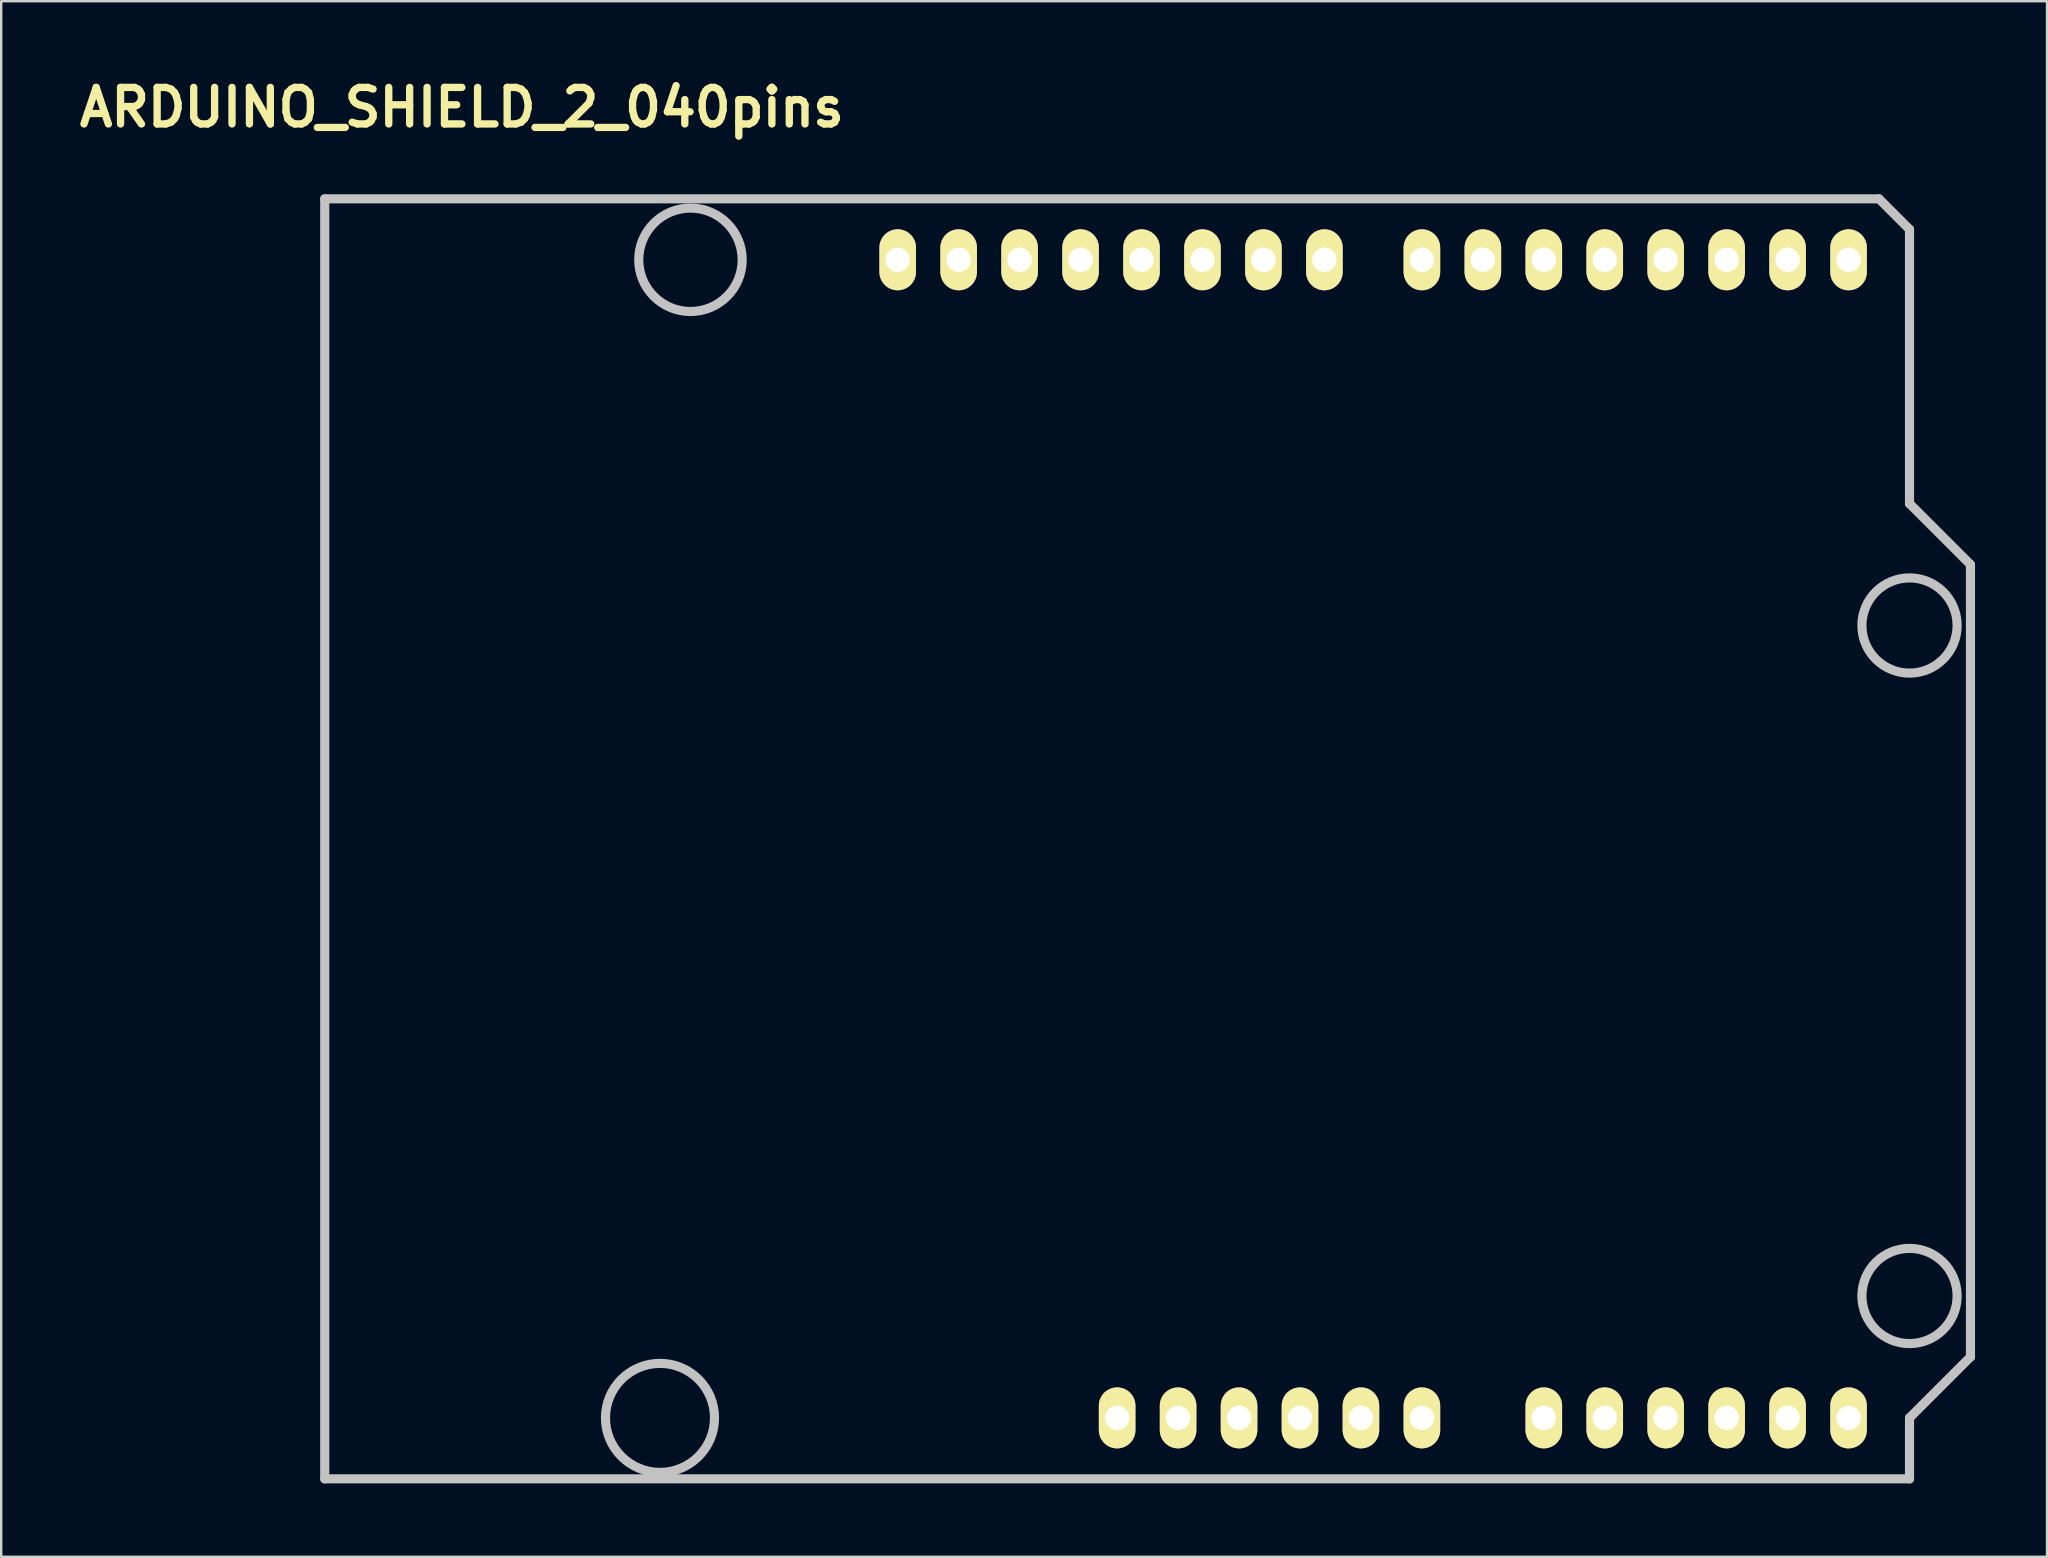
<source format=kicad_pcb>
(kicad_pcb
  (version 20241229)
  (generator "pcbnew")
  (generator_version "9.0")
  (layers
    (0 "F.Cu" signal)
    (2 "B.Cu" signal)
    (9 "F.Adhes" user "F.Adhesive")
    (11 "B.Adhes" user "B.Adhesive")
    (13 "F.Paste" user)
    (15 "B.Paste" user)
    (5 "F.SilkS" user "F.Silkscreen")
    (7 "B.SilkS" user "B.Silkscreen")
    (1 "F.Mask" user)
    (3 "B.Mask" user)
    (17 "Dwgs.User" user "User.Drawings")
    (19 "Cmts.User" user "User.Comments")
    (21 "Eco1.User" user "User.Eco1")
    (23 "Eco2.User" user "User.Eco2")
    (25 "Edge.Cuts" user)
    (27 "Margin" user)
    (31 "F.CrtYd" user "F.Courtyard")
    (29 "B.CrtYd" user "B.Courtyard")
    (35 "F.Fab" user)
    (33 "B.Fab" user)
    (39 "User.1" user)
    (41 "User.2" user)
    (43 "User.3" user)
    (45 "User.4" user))
  (footprint "ARDUINO_SHIELD_2_040pins"
    (layer "F.Cu")
    (at 10.483 58.576)
    (property "Reference" "ARDUINO_SHIELD_2_040pins" (at 5.715 -57.15 0) (layer "F.SilkS") (effects (font (size 1.524 1.524) (thickness 0.305))))
    (attr through_hole)
    (fp_line (start 0 0) (end 0 -53.34) (stroke (width 0.381) (type solid)) (layer "Dwgs.User"))
    (fp_line (start 64.77 -53.34) (end 0 -53.34) (stroke (width 0.381) (type solid)) (layer "Dwgs.User"))
    (fp_line (start 66.04 -52.07) (end 64.77 -53.34) (stroke (width 0.381) (type solid)) (layer "Dwgs.User"))
    (fp_line (start 66.04 -40.64) (end 66.04 -52.07) (stroke (width 0.381) (type solid)) (layer "Dwgs.User"))
    (fp_line (start 66.04 -40.64) (end 68.58 -38.1) (stroke (width 0.381) (type solid)) (layer "Dwgs.User"))
    (fp_line (start 66.04 -2.54) (end 66.04 0) (stroke (width 0.381) (type solid)) (layer "Dwgs.User"))
    (fp_line (start 66.04 0) (end 0 0) (stroke (width 0.381) (type solid)) (layer "Dwgs.User"))
    (fp_line (start 68.58 -38.1) (end 68.58 -5.08) (stroke (width 0.381) (type solid)) (layer "Dwgs.User"))
    (fp_line (start 68.58 -5.08) (end 66.04 -2.54) (stroke (width 0.381) (type solid)) (layer "Dwgs.User"))
    (fp_circle (center 13.97 -2.54) (end 16.002 -1.524) (stroke (width 0.381) (type solid)) (fill no) (layer "Dwgs.User"))
    (fp_circle (center 15.24 -50.8) (end 16.764 -49.276) (stroke (width 0.381) (type solid)) (fill no) (layer "Dwgs.User"))
    (fp_circle (center 66.04 -35.56) (end 67.31 -34.036) (stroke (width 0.381) (type solid)) (fill no) (layer "Dwgs.User"))
    (fp_circle (center 66.04 -7.62) (end 67.31 -6.096) (stroke (width 0.381) (type solid)) (fill no) (layer "Dwgs.User"))
    (pad "0" thru_hole oval (at 63.5 -50.8 90) (size 2.54 1.524) (drill 1.016) (layers "*.Cu" "*.Mask" "F.SilkS"))
    (pad "1" thru_hole oval (at 60.96 -50.8 90) (size 2.54 1.524) (drill 1.016) (layers "*.Cu" "*.Mask" "F.SilkS"))
    (pad "2" thru_hole oval (at 58.42 -50.8 90) (size 2.54 1.524) (drill 1.016) (layers "*.Cu" "*.Mask" "F.SilkS"))
    (pad "3" thru_hole oval (at 55.88 -50.8 90) (size 2.54 1.524) (drill 1.016) (layers "*.Cu" "*.Mask" "F.SilkS"))
    (pad "3V3" thru_hole oval (at 35.56 -2.54 90) (size 2.54 1.524) (drill 1.016) (layers "*.Cu" "*.Mask" "F.SilkS"))
    (pad "4" thru_hole oval (at 53.34 -50.8 90) (size 2.54 1.524) (drill 1.016) (layers "*.Cu" "*.Mask" "F.SilkS"))
    (pad "5" thru_hole oval (at 50.8 -50.8 90) (size 2.54 1.524) (drill 1.016) (layers "*.Cu" "*.Mask" "F.SilkS"))
    (pad "5V" thru_hole oval (at 38.1 -2.54 90) (size 2.54 1.524) (drill 1.016) (layers "*.Cu" "*.Mask" "F.SilkS"))
    (pad "6" thru_hole oval (at 48.26 -50.8 90) (size 2.54 1.524) (drill 1.016) (layers "*.Cu" "*.Mask" "F.SilkS"))
    (pad "7" thru_hole oval (at 45.72 -50.8 90) (size 2.54 1.524) (drill 1.016) (layers "*.Cu" "*.Mask" "F.SilkS"))
    (pad "8" thru_hole oval (at 41.656 -50.8 90) (size 2.54 1.524) (drill 1.016) (layers "*.Cu" "*.Mask" "F.SilkS"))
    (pad "9" thru_hole oval (at 39.116 -50.8 90) (size 2.54 1.524) (drill 1.016) (layers "*.Cu" "*.Mask" "F.SilkS"))
    (pad "10" thru_hole oval (at 36.576 -50.8 90) (size 2.54 1.524) (drill 1.016) (layers "*.Cu" "*.Mask" "F.SilkS"))
    (pad "11" thru_hole oval (at 34.036 -50.8 90) (size 2.54 1.524) (drill 1.016) (layers "*.Cu" "*.Mask" "F.SilkS"))
    (pad "12" thru_hole oval (at 31.496 -50.8 90) (size 2.54 1.524) (drill 1.016) (layers "*.Cu" "*.Mask" "F.SilkS"))
    (pad "13" thru_hole oval (at 28.956 -50.8 90) (size 2.54 1.524) (drill 1.016) (layers "*.Cu" "*.Mask" "F.SilkS"))
    (pad "AD0" thru_hole oval (at 50.8 -2.54 90) (size 2.54 1.524) (drill 1.016) (layers "*.Cu" "*.Mask" "F.SilkS"))
    (pad "AD1" thru_hole oval (at 53.34 -2.54 90) (size 2.54 1.524) (drill 1.016) (layers "*.Cu" "*.Mask" "F.SilkS"))
    (pad "AD2" thru_hole oval (at 55.88 -2.54 90) (size 2.54 1.524) (drill 1.016) (layers "*.Cu" "*.Mask" "F.SilkS"))
    (pad "AD3" thru_hole oval (at 58.42 -2.54 90) (size 2.54 1.524) (drill 1.016) (layers "*.Cu" "*.Mask" "F.SilkS"))
    (pad "AD4" thru_hole oval (at 60.96 -2.54 90) (size 2.54 1.524) (drill 1.016) (layers "*.Cu" "*.Mask" "F.SilkS"))
    (pad "AD5" thru_hole oval (at 63.5 -2.54 90) (size 2.54 1.524) (drill 1.016) (layers "*.Cu" "*.Mask" "F.SilkS"))
    (pad "AREF" thru_hole oval (at 23.876 -50.8 90) (size 2.54 1.524) (drill 1.016) (layers "*.Cu" "*.Mask" "F.SilkS"))
    (pad "GND1" thru_hole oval (at 40.64 -2.54 90) (size 2.54 1.524) (drill 1.016) (layers "*.Cu" "*.Mask" "F.SilkS"))
    (pad "GND2" thru_hole oval (at 43.18 -2.54 90) (size 2.54 1.524) (drill 1.016) (layers "*.Cu" "*.Mask" "F.SilkS"))
    (pad "GND3" thru_hole oval (at 26.416 -50.8 90) (size 2.54 1.524) (drill 1.016) (layers "*.Cu" "*.Mask" "F.SilkS"))
    (pad "RST" thru_hole oval (at 33.02 -2.54 90) (size 2.54 1.524) (drill 1.016) (layers "*.Cu" "*.Mask" "F.SilkS"))
    (pad "V_IN" thru_hole oval (at 45.72 -2.54 90) (size 2.54 1.524) (drill 1.016) (layers "*.Cu" "*.Mask" "F.SilkS")))
  (gr_rect
    (start -3 -3)
    (end 82.253 61.826)
    (stroke (width 0.1) (type default))
    (fill no)
    (layer "Edge.Cuts")))
</source>
